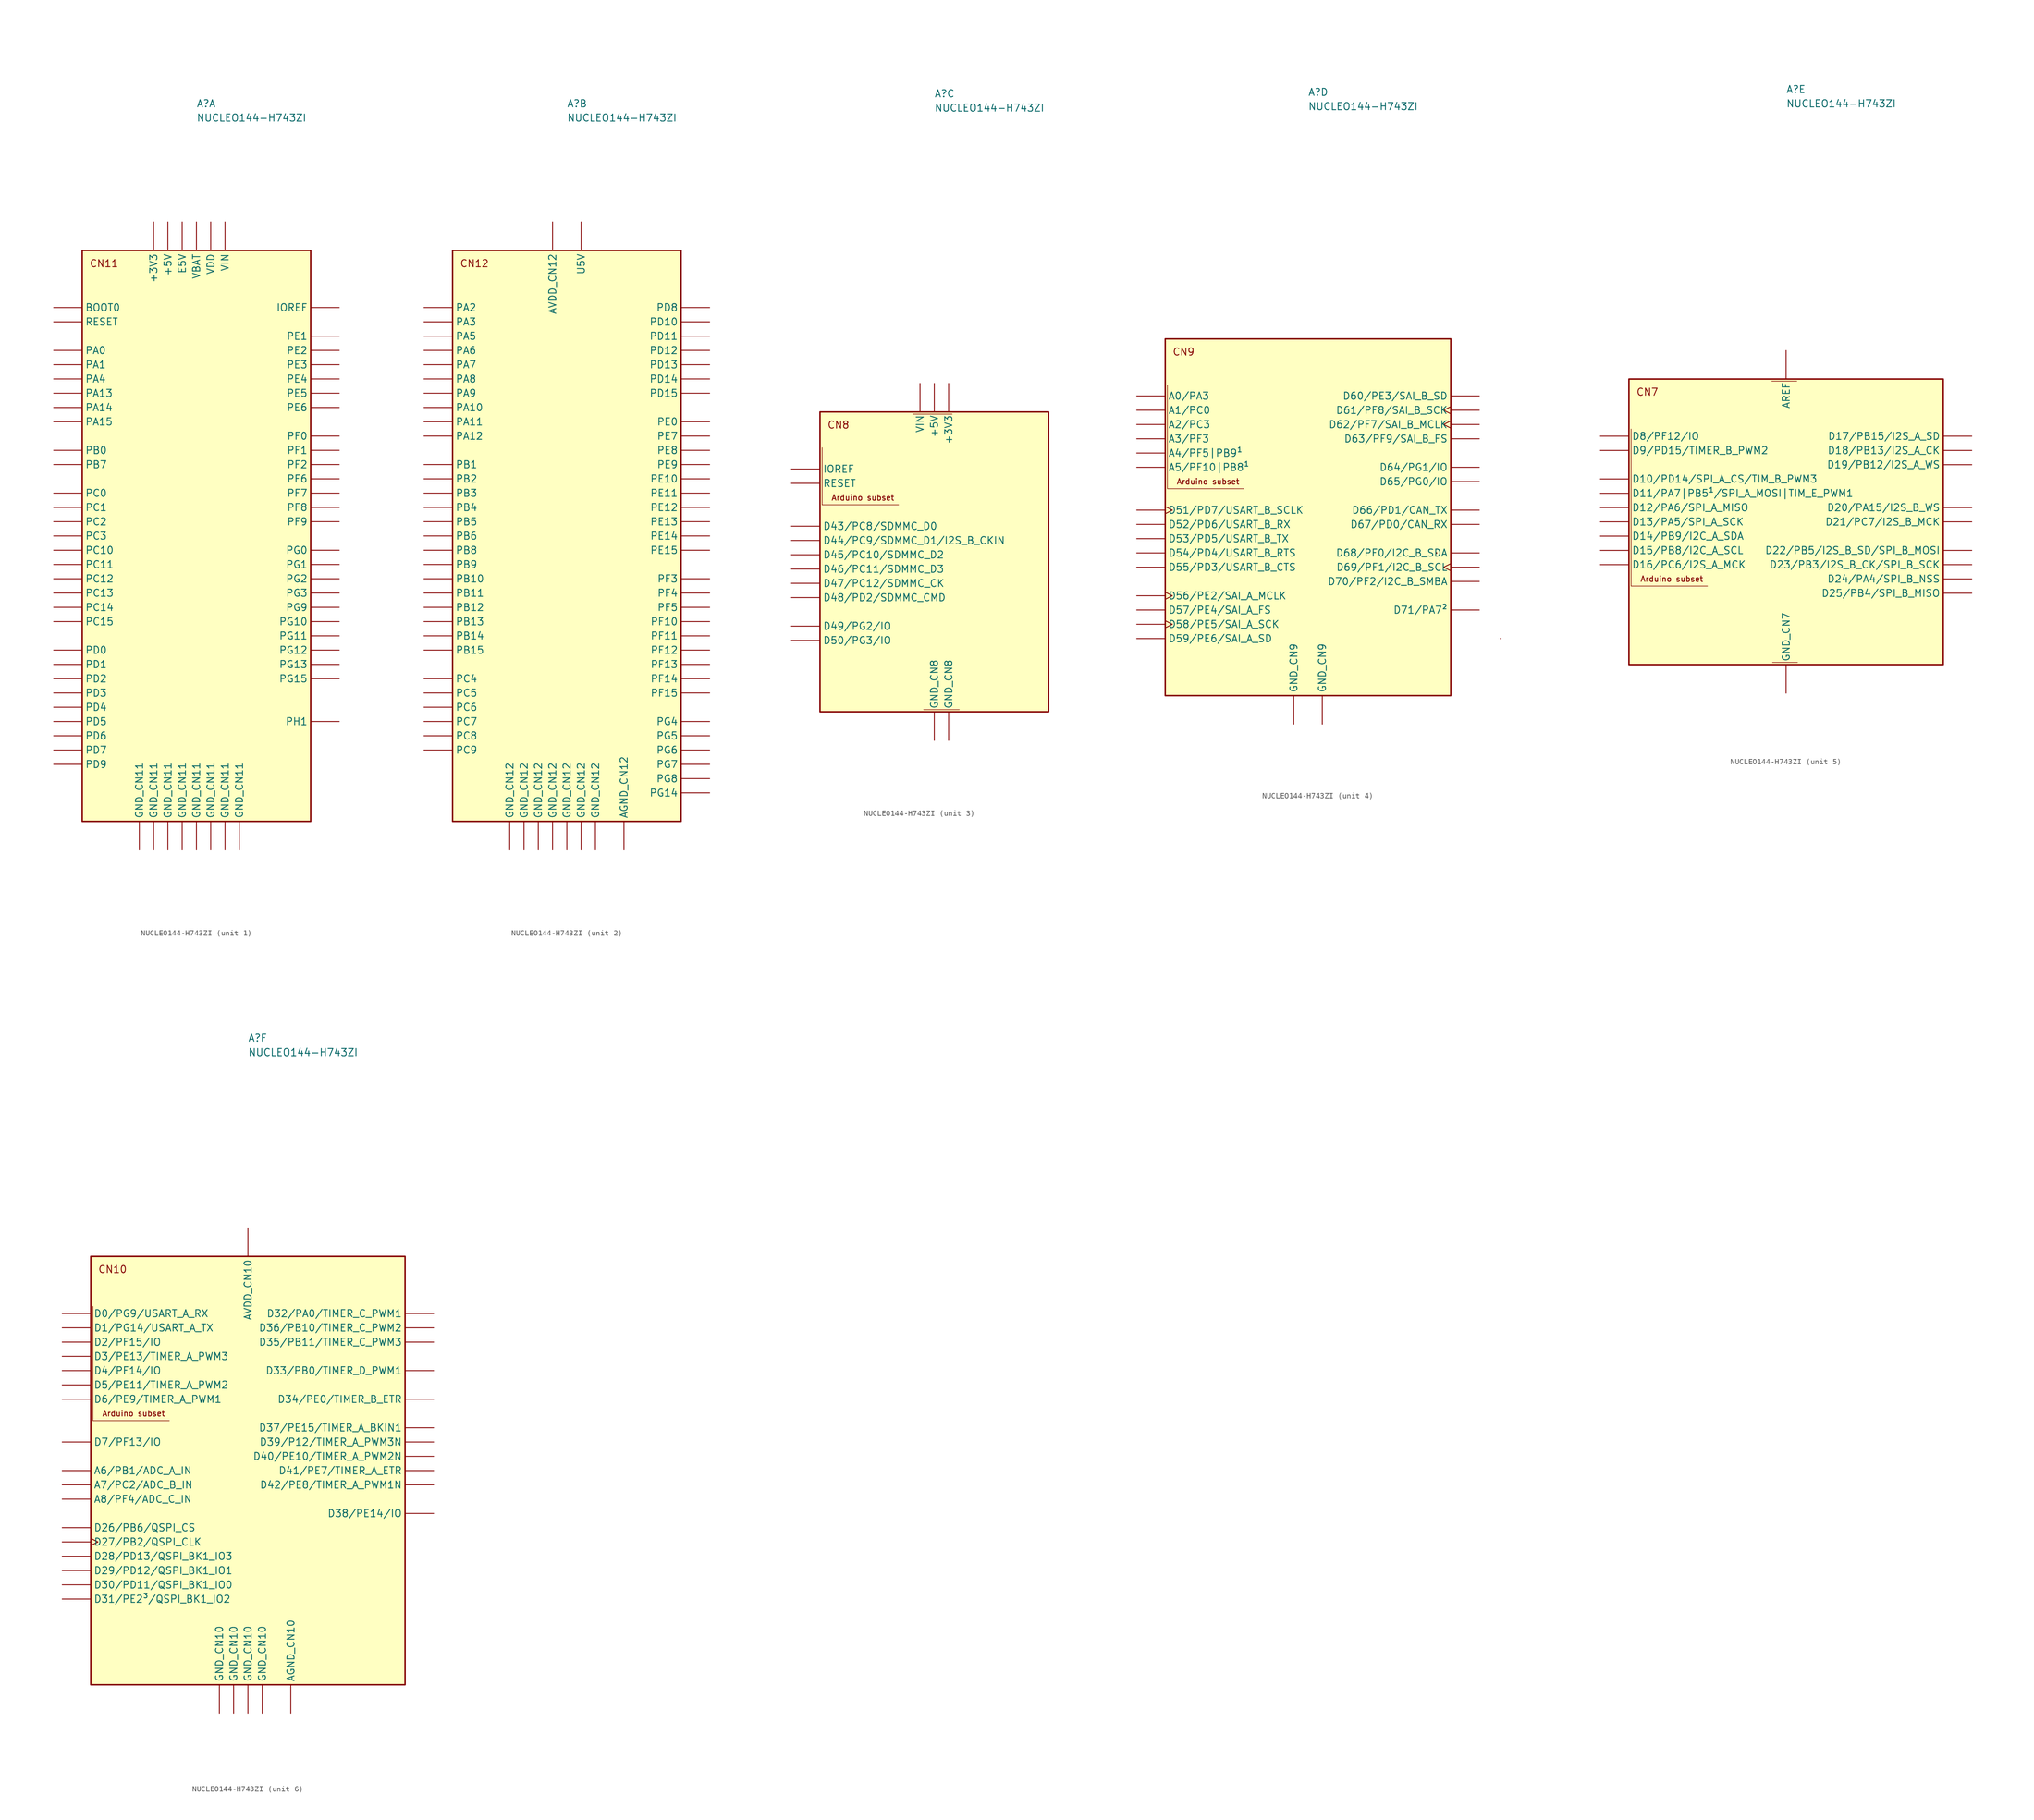
<source format=kicad_sym>
(kicad_symbol_lib
  (version 20231120)
  (generator "kicad_symbol_editor")
  (generator_version "8.0")
  (symbol "NUCLEO144-H743ZI"
    (pin_numbers hide)
    (property "Reference" "A"
      (at 0 76.2 0)
      (effects (font (size 1.27 1.27)) (justify left bottom)))
    (property "Value" "NUCLEO144-H743ZI"
      (at 0 73.66 0)
      (effects (font (size 1.27 1.27)) (justify left bottom)))
    (property "ki_locked" ""
      (at 0 0 0)
      (effects (font (size 1.27 1.27))))
    (symbol "NUCLEO144-H743ZI_1_0"
      (rectangle (start -20.32 50.8) (end 20.32 -50.8) (stroke (width 0.254) (type solid)) (fill (type background)))
      (text "CN11" (at -19.05 47.752 0) (effects (font (size 1.27 1.27)) (justify left bottom)))
      (pin bidirectional line (at -25.4 -2.54 0) (length 5.08) (name "PC10" (effects (font (size 1.27 1.27)))) (number "CN11_1" (effects (font (size 1.27 1.27)))))
      (pin bidirectional line (at 25.4 7.62 180) (length 5.08) (name "PF7" (effects (font (size 1.27 1.27)))) (number "CN11_11" (effects (font (size 1.27 1.27)))))
      (pin bidirectional line (at 25.4 40.64 180) (length 5.08) (name "IOREF" (effects (font (size 1.27 1.27)))) (number "CN11_12" (effects (font (size 1.27 1.27)))))
      (pin bidirectional line (at -25.4 25.4 0) (length 5.08) (name "PA13" (effects (font (size 1.27 1.27)))) (number "CN11_13" (effects (font (size 1.27 1.27)))))
      (pin bidirectional line (at -25.4 38.1 0) (length 5.08) (name "RESET" (effects (font (size 1.27 1.27)))) (number "CN11_14" (effects (font (size 1.27 1.27)))))
      (pin bidirectional line (at -25.4 22.86 0) (length 5.08) (name "PA14" (effects (font (size 1.27 1.27)))) (number "CN11_15" (effects (font (size 1.27 1.27)))))
      (pin power_in line (at -7.62 55.88 270) (length 5.08) (name "+3V3" (effects (font (size 1.27 1.27)))) (number "CN11_16" (effects (font (size 1.27 1.27)))))
      (pin bidirectional line (at -25.4 20.32 0) (length 5.08) (name "PA15" (effects (font (size 1.27 1.27)))) (number "CN11_17" (effects (font (size 1.27 1.27)))))
      (pin power_in line (at -5.08 55.88 270) (length 5.08) (name "+5V" (effects (font (size 1.27 1.27)))) (number "CN11_18" (effects (font (size 1.27 1.27)))))
      (pin power_in line (at -7.62 -55.88 90) (length 5.08) (name "GND_CN11" (effects (font (size 1.27 1.27)))) (number "CN11_19" (effects (font (size 1.27 1.27)))))
      (pin bidirectional line (at -25.4 -5.08 0) (length 5.08) (name "PC11" (effects (font (size 1.27 1.27)))) (number "CN11_2" (effects (font (size 1.27 1.27)))))
      (pin power_in line (at -5.08 -55.88 90) (length 5.08) (name "GND_CN11" (effects (font (size 1.27 1.27)))) (number "CN11_20" (effects (font (size 1.27 1.27)))))
      (pin bidirectional line (at -25.4 12.7 0) (length 5.08) (name "PB7" (effects (font (size 1.27 1.27)))) (number "CN11_21" (effects (font (size 1.27 1.27)))))
      (pin power_in line (at -2.54 -55.88 90) (length 5.08) (name "GND_CN11" (effects (font (size 1.27 1.27)))) (number "CN11_22" (effects (font (size 1.27 1.27)))))
      (pin bidirectional line (at -25.4 -10.16 0) (length 5.08) (name "PC13" (effects (font (size 1.27 1.27)))) (number "CN11_23" (effects (font (size 1.27 1.27)))))
      (pin power_in line (at 5.08 55.88 270) (length 5.08) (name "VIN" (effects (font (size 1.27 1.27)))) (number "CN11_24" (effects (font (size 1.27 1.27)))))
      (pin bidirectional line (at -25.4 -12.7 0) (length 5.08) (name "PC14" (effects (font (size 1.27 1.27)))) (number "CN11_25" (effects (font (size 1.27 1.27)))))
      (pin bidirectional line (at -25.4 -15.24 0) (length 5.08) (name "PC15" (effects (font (size 1.27 1.27)))) (number "CN11_27" (effects (font (size 1.27 1.27)))))
      (pin bidirectional line (at -25.4 33.02 0) (length 5.08) (name "PA0" (effects (font (size 1.27 1.27)))) (number "CN11_28" (effects (font (size 1.27 1.27)))))
      (pin no_connect line (at 25.4 -30.48 180) (length 5.08) hide (name "NC" (effects (font (size 1.27 1.27)))) (number "CN11_29" (effects (font (size 1.27 1.27)))))
      (pin bidirectional line (at -25.4 -7.62 0) (length 5.08) (name "PC12" (effects (font (size 1.27 1.27)))) (number "CN11_3" (effects (font (size 1.27 1.27)))))
      (pin bidirectional line (at -25.4 30.48 0) (length 5.08) (name "PA1" (effects (font (size 1.27 1.27)))) (number "CN11_30" (effects (font (size 1.27 1.27)))))
      (pin bidirectional line (at 25.4 -33.02 180) (length 5.08) (name "PH1" (effects (font (size 1.27 1.27)))) (number "CN11_31" (effects (font (size 1.27 1.27)))))
      (pin bidirectional line (at -25.4 27.94 0) (length 5.08) (name "PA4" (effects (font (size 1.27 1.27)))) (number "CN11_32" (effects (font (size 1.27 1.27)))))
      (pin power_in line (at 0 55.88 270) (length 5.08) (name "VBAT" (effects (font (size 1.27 1.27)))) (number "CN11_33" (effects (font (size 1.27 1.27)))))
      (pin bidirectional line (at -25.4 15.24 0) (length 5.08) (name "PB0" (effects (font (size 1.27 1.27)))) (number "CN11_34" (effects (font (size 1.27 1.27)))))
      (pin bidirectional line (at -25.4 2.54 0) (length 5.08) (name "PC2" (effects (font (size 1.27 1.27)))) (number "CN11_35" (effects (font (size 1.27 1.27)))))
      (pin bidirectional line (at -25.4 5.08 0) (length 5.08) (name "PC1" (effects (font (size 1.27 1.27)))) (number "CN11_36" (effects (font (size 1.27 1.27)))))
      (pin bidirectional line (at -25.4 0 0) (length 5.08) (name "PC3" (effects (font (size 1.27 1.27)))) (number "CN11_37" (effects (font (size 1.27 1.27)))))
      (pin bidirectional line (at -25.4 7.62 0) (length 5.08) (name "PC0" (effects (font (size 1.27 1.27)))) (number "CN11_38" (effects (font (size 1.27 1.27)))))
      (pin bidirectional line (at -25.4 -30.48 0) (length 5.08) (name "PD4" (effects (font (size 1.27 1.27)))) (number "CN11_39" (effects (font (size 1.27 1.27)))))
      (pin bidirectional line (at -25.4 -25.4 0) (length 5.08) (name "PD2" (effects (font (size 1.27 1.27)))) (number "CN11_4" (effects (font (size 1.27 1.27)))))
      (pin bidirectional line (at -25.4 -27.94 0) (length 5.08) (name "PD3" (effects (font (size 1.27 1.27)))) (number "CN11_40" (effects (font (size 1.27 1.27)))))
      (pin bidirectional line (at -25.4 -33.02 0) (length 5.08) (name "PD5" (effects (font (size 1.27 1.27)))) (number "CN11_41" (effects (font (size 1.27 1.27)))))
      (pin bidirectional line (at 25.4 -7.62 180) (length 5.08) (name "PG2" (effects (font (size 1.27 1.27)))) (number "CN11_42" (effects (font (size 1.27 1.27)))))
      (pin bidirectional line (at -25.4 -35.56 0) (length 5.08) (name "PD6" (effects (font (size 1.27 1.27)))) (number "CN11_43" (effects (font (size 1.27 1.27)))))
      (pin bidirectional line (at 25.4 -10.16 180) (length 5.08) (name "PG3" (effects (font (size 1.27 1.27)))) (number "CN11_44" (effects (font (size 1.27 1.27)))))
      (pin bidirectional line (at -25.4 -38.1 0) (length 5.08) (name "PD7" (effects (font (size 1.27 1.27)))) (number "CN11_45" (effects (font (size 1.27 1.27)))))
      (pin bidirectional line (at 25.4 33.02 180) (length 5.08) (name "PE2" (effects (font (size 1.27 1.27)))) (number "CN11_46" (effects (font (size 1.27 1.27)))))
      (pin bidirectional line (at 25.4 30.48 180) (length 5.08) (name "PE3" (effects (font (size 1.27 1.27)))) (number "CN11_47" (effects (font (size 1.27 1.27)))))
      (pin bidirectional line (at 25.4 27.94 180) (length 5.08) (name "PE4" (effects (font (size 1.27 1.27)))) (number "CN11_48" (effects (font (size 1.27 1.27)))))
      (pin power_in line (at 0 -55.88 90) (length 5.08) (name "GND_CN11" (effects (font (size 1.27 1.27)))) (number "CN11_49" (effects (font (size 1.27 1.27)))))
      (pin power_in line (at 2.54 55.88 270) (length 5.08) (name "VDD" (effects (font (size 1.27 1.27)))) (number "CN11_5" (effects (font (size 1.27 1.27)))))
      (pin bidirectional line (at 25.4 25.4 180) (length 5.08) (name "PE5" (effects (font (size 1.27 1.27)))) (number "CN11_50" (effects (font (size 1.27 1.27)))))
      (pin bidirectional line (at 25.4 15.24 180) (length 5.08) (name "PF1" (effects (font (size 1.27 1.27)))) (number "CN11_51" (effects (font (size 1.27 1.27)))))
      (pin bidirectional line (at 25.4 12.7 180) (length 5.08) (name "PF2" (effects (font (size 1.27 1.27)))) (number "CN11_52" (effects (font (size 1.27 1.27)))))
      (pin bidirectional line (at 25.4 17.78 180) (length 5.08) (name "PF0" (effects (font (size 1.27 1.27)))) (number "CN11_53" (effects (font (size 1.27 1.27)))))
      (pin bidirectional line (at 25.4 5.08 180) (length 5.08) (name "PF8" (effects (font (size 1.27 1.27)))) (number "CN11_54" (effects (font (size 1.27 1.27)))))
      (pin bidirectional line (at -25.4 -22.86 0) (length 5.08) (name "PD1" (effects (font (size 1.27 1.27)))) (number "CN11_55" (effects (font (size 1.27 1.27)))))
      (pin bidirectional line (at 25.4 2.54 180) (length 5.08) (name "PF9" (effects (font (size 1.27 1.27)))) (number "CN11_56" (effects (font (size 1.27 1.27)))))
      (pin bidirectional line (at -25.4 -20.32 0) (length 5.08) (name "PD0" (effects (font (size 1.27 1.27)))) (number "CN11_57" (effects (font (size 1.27 1.27)))))
      (pin bidirectional line (at 25.4 -5.08 180) (length 5.08) (name "PG1" (effects (font (size 1.27 1.27)))) (number "CN11_58" (effects (font (size 1.27 1.27)))))
      (pin bidirectional line (at 25.4 -2.54 180) (length 5.08) (name "PG0" (effects (font (size 1.27 1.27)))) (number "CN11_59" (effects (font (size 1.27 1.27)))))
      (pin power_in line (at -2.54 55.88 270) (length 5.08) (name "E5V" (effects (font (size 1.27 1.27)))) (number "CN11_6" (effects (font (size 1.27 1.27)))))
      (pin power_in line (at 2.54 -55.88 90) (length 5.08) (name "GND_CN11" (effects (font (size 1.27 1.27)))) (number "CN11_60" (effects (font (size 1.27 1.27)))))
      (pin bidirectional line (at 25.4 35.56 180) (length 5.08) (name "PE1" (effects (font (size 1.27 1.27)))) (number "CN11_61" (effects (font (size 1.27 1.27)))))
      (pin bidirectional line (at 25.4 22.86 180) (length 5.08) (name "PE6" (effects (font (size 1.27 1.27)))) (number "CN11_62" (effects (font (size 1.27 1.27)))))
      (pin bidirectional line (at 25.4 -12.7 180) (length 5.08) (name "PG9" (effects (font (size 1.27 1.27)))) (number "CN11_63" (effects (font (size 1.27 1.27)))))
      (pin bidirectional line (at 25.4 -25.4 180) (length 5.08) (name "PG15" (effects (font (size 1.27 1.27)))) (number "CN11_64" (effects (font (size 1.27 1.27)))))
      (pin bidirectional line (at 25.4 -20.32 180) (length 5.08) (name "PG12" (effects (font (size 1.27 1.27)))) (number "CN11_65" (effects (font (size 1.27 1.27)))))
      (pin bidirectional line (at 25.4 -15.24 180) (length 5.08) (name "PG10" (effects (font (size 1.27 1.27)))) (number "CN11_66" (effects (font (size 1.27 1.27)))))
      (pin bidirectional line (at 25.4 -22.86 180) (length 5.08) (name "PG13" (effects (font (size 1.27 1.27)))) (number "CN11_68" (effects (font (size 1.27 1.27)))))
      (pin bidirectional line (at -25.4 -40.64 0) (length 5.08) (name "PD9" (effects (font (size 1.27 1.27)))) (number "CN11_69" (effects (font (size 1.27 1.27)))))
      (pin bidirectional line (at -25.4 40.64 0) (length 5.08) (name "BOOT0" (effects (font (size 1.27 1.27)))) (number "CN11_7" (effects (font (size 1.27 1.27)))))
      (pin bidirectional line (at 25.4 -17.78 180) (length 5.08) (name "PG11" (effects (font (size 1.27 1.27)))) (number "CN11_70" (effects (font (size 1.27 1.27)))))
      (pin power_in line (at 5.08 -55.88 90) (length 5.08) (name "GND_CN11" (effects (font (size 1.27 1.27)))) (number "CN11_71" (effects (font (size 1.27 1.27)))))
      (pin power_in line (at 7.62 -55.88 90) (length 5.08) (name "GND_CN11" (effects (font (size 1.27 1.27)))) (number "CN11_72" (effects (font (size 1.27 1.27)))))
      (pin power_in line (at -10.16 -55.88 90) (length 5.08) (name "GND_CN11" (effects (font (size 1.27 1.27)))) (number "CN11_8" (effects (font (size 1.27 1.27)))))
      (pin bidirectional line (at 25.4 10.16 180) (length 5.08) (name "PF6" (effects (font (size 1.27 1.27)))) (number "CN11_9" (effects (font (size 1.27 1.27))))))
    (symbol "NUCLEO144-H743ZI_2_0"
      (rectangle (start -20.32 50.8) (end 20.32 -50.8) (stroke (width 0.254) (type solid)) (fill (type background)))
      (text "CN12" (at -19.05 47.752 0) (effects (font (size 1.27 1.27)) (justify left bottom)))
      (pin bidirectional line (at -25.4 -38.1 0) (length 5.08) (name "PC9" (effects (font (size 1.27 1.27)))) (number "CN12_1" (effects (font (size 1.27 1.27)))))
      (pin bidirectional line (at 25.4 40.64 180) (length 5.08) (name "PD8" (effects (font (size 1.27 1.27)))) (number "CN12_10" (effects (font (size 1.27 1.27)))))
      (pin bidirectional line (at -25.4 35.56 0) (length 5.08) (name "PA5" (effects (font (size 1.27 1.27)))) (number "CN12_11" (effects (font (size 1.27 1.27)))))
      (pin bidirectional line (at -25.4 17.78 0) (length 5.08) (name "PA12" (effects (font (size 1.27 1.27)))) (number "CN12_12" (effects (font (size 1.27 1.27)))))
      (pin bidirectional line (at -25.4 33.02 0) (length 5.08) (name "PA6" (effects (font (size 1.27 1.27)))) (number "CN12_13" (effects (font (size 1.27 1.27)))))
      (pin bidirectional line (at -25.4 20.32 0) (length 5.08) (name "PA11" (effects (font (size 1.27 1.27)))) (number "CN12_14" (effects (font (size 1.27 1.27)))))
      (pin bidirectional line (at -25.4 30.48 0) (length 5.08) (name "PA7" (effects (font (size 1.27 1.27)))) (number "CN12_15" (effects (font (size 1.27 1.27)))))
      (pin bidirectional line (at -25.4 -12.7 0) (length 5.08) (name "PB12" (effects (font (size 1.27 1.27)))) (number "CN12_16" (effects (font (size 1.27 1.27)))))
      (pin bidirectional line (at -25.4 0 0) (length 5.08) (name "PB6" (effects (font (size 1.27 1.27)))) (number "CN12_17" (effects (font (size 1.27 1.27)))))
      (pin bidirectional line (at -25.4 -10.16 0) (length 5.08) (name "PB11" (effects (font (size 1.27 1.27)))) (number "CN12_18" (effects (font (size 1.27 1.27)))))
      (pin bidirectional line (at -25.4 -33.02 0) (length 5.08) (name "PC7" (effects (font (size 1.27 1.27)))) (number "CN12_19" (effects (font (size 1.27 1.27)))))
      (pin bidirectional line (at -25.4 -35.56 0) (length 5.08) (name "PC8" (effects (font (size 1.27 1.27)))) (number "CN12_2" (effects (font (size 1.27 1.27)))))
      (pin power_in line (at -7.62 -55.88 90) (length 5.08) (name "GND_CN12" (effects (font (size 1.27 1.27)))) (number "CN12_20" (effects (font (size 1.27 1.27)))))
      (pin bidirectional line (at -25.4 25.4 0) (length 5.08) (name "PA9" (effects (font (size 1.27 1.27)))) (number "CN12_21" (effects (font (size 1.27 1.27)))))
      (pin bidirectional line (at -25.4 10.16 0) (length 5.08) (name "PB2" (effects (font (size 1.27 1.27)))) (number "CN12_22" (effects (font (size 1.27 1.27)))))
      (pin bidirectional line (at -25.4 27.94 0) (length 5.08) (name "PA8" (effects (font (size 1.27 1.27)))) (number "CN12_23" (effects (font (size 1.27 1.27)))))
      (pin bidirectional line (at -25.4 12.7 0) (length 5.08) (name "PB1" (effects (font (size 1.27 1.27)))) (number "CN12_24" (effects (font (size 1.27 1.27)))))
      (pin bidirectional line (at -25.4 -7.62 0) (length 5.08) (name "PB10" (effects (font (size 1.27 1.27)))) (number "CN12_25" (effects (font (size 1.27 1.27)))))
      (pin bidirectional line (at -25.4 -20.32 0) (length 5.08) (name "PB15" (effects (font (size 1.27 1.27)))) (number "CN12_26" (effects (font (size 1.27 1.27)))))
      (pin bidirectional line (at -25.4 5.08 0) (length 5.08) (name "PB4" (effects (font (size 1.27 1.27)))) (number "CN12_27" (effects (font (size 1.27 1.27)))))
      (pin bidirectional line (at -25.4 -17.78 0) (length 5.08) (name "PB14" (effects (font (size 1.27 1.27)))) (number "CN12_28" (effects (font (size 1.27 1.27)))))
      (pin bidirectional line (at -25.4 2.54 0) (length 5.08) (name "PB5" (effects (font (size 1.27 1.27)))) (number "CN12_29" (effects (font (size 1.27 1.27)))))
      (pin bidirectional line (at -25.4 -2.54 0) (length 5.08) (name "PB8" (effects (font (size 1.27 1.27)))) (number "CN12_3" (effects (font (size 1.27 1.27)))))
      (pin bidirectional line (at -25.4 -15.24 0) (length 5.08) (name "PB13" (effects (font (size 1.27 1.27)))) (number "CN12_30" (effects (font (size 1.27 1.27)))))
      (pin bidirectional line (at -25.4 7.62 0) (length 5.08) (name "PB3" (effects (font (size 1.27 1.27)))) (number "CN12_31" (effects (font (size 1.27 1.27)))))
      (pin power_in line (at 10.16 -55.88 90) (length 5.08) (name "AGND_CN12" (effects (font (size 1.27 1.27)))) (number "CN12_32" (effects (font (size 1.27 1.27)))))
      (pin bidirectional line (at -25.4 22.86 0) (length 5.08) (name "PA10" (effects (font (size 1.27 1.27)))) (number "CN12_33" (effects (font (size 1.27 1.27)))))
      (pin bidirectional line (at -25.4 -25.4 0) (length 5.08) (name "PC4" (effects (font (size 1.27 1.27)))) (number "CN12_34" (effects (font (size 1.27 1.27)))))
      (pin bidirectional line (at -25.4 40.64 0) (length 5.08) (name "PA2" (effects (font (size 1.27 1.27)))) (number "CN12_35" (effects (font (size 1.27 1.27)))))
      (pin bidirectional line (at 25.4 -12.7 180) (length 5.08) (name "PF5" (effects (font (size 1.27 1.27)))) (number "CN12_36" (effects (font (size 1.27 1.27)))))
      (pin bidirectional line (at -25.4 38.1 0) (length 5.08) (name "PA3" (effects (font (size 1.27 1.27)))) (number "CN12_37" (effects (font (size 1.27 1.27)))))
      (pin bidirectional line (at 25.4 -10.16 180) (length 5.08) (name "PF4" (effects (font (size 1.27 1.27)))) (number "CN12_38" (effects (font (size 1.27 1.27)))))
      (pin power_in line (at -5.08 -55.88 90) (length 5.08) (name "GND_CN12" (effects (font (size 1.27 1.27)))) (number "CN12_39" (effects (font (size 1.27 1.27)))))
      (pin bidirectional line (at -25.4 -30.48 0) (length 5.08) (name "PC6" (effects (font (size 1.27 1.27)))) (number "CN12_4" (effects (font (size 1.27 1.27)))))
      (pin bidirectional line (at 25.4 15.24 180) (length 5.08) (name "PE8" (effects (font (size 1.27 1.27)))) (number "CN12_40" (effects (font (size 1.27 1.27)))))
      (pin bidirectional line (at 25.4 30.48 180) (length 5.08) (name "PD13" (effects (font (size 1.27 1.27)))) (number "CN12_41" (effects (font (size 1.27 1.27)))))
      (pin bidirectional line (at 25.4 -15.24 180) (length 5.08) (name "PF10" (effects (font (size 1.27 1.27)))) (number "CN12_42" (effects (font (size 1.27 1.27)))))
      (pin bidirectional line (at 25.4 33.02 180) (length 5.08) (name "PD12" (effects (font (size 1.27 1.27)))) (number "CN12_43" (effects (font (size 1.27 1.27)))))
      (pin bidirectional line (at 25.4 17.78 180) (length 5.08) (name "PE7" (effects (font (size 1.27 1.27)))) (number "CN12_44" (effects (font (size 1.27 1.27)))))
      (pin bidirectional line (at 25.4 35.56 180) (length 5.08) (name "PD11" (effects (font (size 1.27 1.27)))) (number "CN12_45" (effects (font (size 1.27 1.27)))))
      (pin bidirectional line (at 25.4 27.94 180) (length 5.08) (name "PD14" (effects (font (size 1.27 1.27)))) (number "CN12_46" (effects (font (size 1.27 1.27)))))
      (pin bidirectional line (at 25.4 10.16 180) (length 5.08) (name "PE10" (effects (font (size 1.27 1.27)))) (number "CN12_47" (effects (font (size 1.27 1.27)))))
      (pin bidirectional line (at 25.4 25.4 180) (length 5.08) (name "PD15" (effects (font (size 1.27 1.27)))) (number "CN12_48" (effects (font (size 1.27 1.27)))))
      (pin bidirectional line (at 25.4 5.08 180) (length 5.08) (name "PE12" (effects (font (size 1.27 1.27)))) (number "CN12_49" (effects (font (size 1.27 1.27)))))
      (pin bidirectional line (at -25.4 -5.08 0) (length 5.08) (name "PB9" (effects (font (size 1.27 1.27)))) (number "CN12_5" (effects (font (size 1.27 1.27)))))
      (pin bidirectional line (at 25.4 -25.4 180) (length 5.08) (name "PF14" (effects (font (size 1.27 1.27)))) (number "CN12_50" (effects (font (size 1.27 1.27)))))
      (pin bidirectional line (at 25.4 0 180) (length 5.08) (name "PE14" (effects (font (size 1.27 1.27)))) (number "CN12_51" (effects (font (size 1.27 1.27)))))
      (pin bidirectional line (at 25.4 12.7 180) (length 5.08) (name "PE9" (effects (font (size 1.27 1.27)))) (number "CN12_52" (effects (font (size 1.27 1.27)))))
      (pin bidirectional line (at 25.4 -2.54 180) (length 5.08) (name "PE15" (effects (font (size 1.27 1.27)))) (number "CN12_53" (effects (font (size 1.27 1.27)))))
      (pin power_in line (at -2.54 -55.88 90) (length 5.08) (name "GND_CN12" (effects (font (size 1.27 1.27)))) (number "CN12_54" (effects (font (size 1.27 1.27)))))
      (pin bidirectional line (at 25.4 2.54 180) (length 5.08) (name "PE13" (effects (font (size 1.27 1.27)))) (number "CN12_55" (effects (font (size 1.27 1.27)))))
      (pin bidirectional line (at 25.4 7.62 180) (length 5.08) (name "PE11" (effects (font (size 1.27 1.27)))) (number "CN12_56" (effects (font (size 1.27 1.27)))))
      (pin bidirectional line (at 25.4 -22.86 180) (length 5.08) (name "PF13" (effects (font (size 1.27 1.27)))) (number "CN12_57" (effects (font (size 1.27 1.27)))))
      (pin bidirectional line (at 25.4 -7.62 180) (length 5.08) (name "PF3" (effects (font (size 1.27 1.27)))) (number "CN12_58" (effects (font (size 1.27 1.27)))))
      (pin bidirectional line (at 25.4 -20.32 180) (length 5.08) (name "PF12" (effects (font (size 1.27 1.27)))) (number "CN12_59" (effects (font (size 1.27 1.27)))))
      (pin bidirectional line (at -25.4 -27.94 0) (length 5.08) (name "PC5" (effects (font (size 1.27 1.27)))) (number "CN12_6" (effects (font (size 1.27 1.27)))))
      (pin bidirectional line (at 25.4 -27.94 180) (length 5.08) (name "PF15" (effects (font (size 1.27 1.27)))) (number "CN12_60" (effects (font (size 1.27 1.27)))))
      (pin bidirectional line (at 25.4 -45.72 180) (length 5.08) (name "PG14" (effects (font (size 1.27 1.27)))) (number "CN12_61" (effects (font (size 1.27 1.27)))))
      (pin bidirectional line (at 25.4 -17.78 180) (length 5.08) (name "PF11" (effects (font (size 1.27 1.27)))) (number "CN12_62" (effects (font (size 1.27 1.27)))))
      (pin power_in line (at 0 -55.88 90) (length 5.08) (name "GND_CN12" (effects (font (size 1.27 1.27)))) (number "CN12_63" (effects (font (size 1.27 1.27)))))
      (pin bidirectional line (at 25.4 20.32 180) (length 5.08) (name "PE0" (effects (font (size 1.27 1.27)))) (number "CN12_64" (effects (font (size 1.27 1.27)))))
      (pin bidirectional line (at 25.4 38.1 180) (length 5.08) (name "PD10" (effects (font (size 1.27 1.27)))) (number "CN12_65" (effects (font (size 1.27 1.27)))))
      (pin bidirectional line (at 25.4 -43.18 180) (length 5.08) (name "PG8" (effects (font (size 1.27 1.27)))) (number "CN12_66" (effects (font (size 1.27 1.27)))))
      (pin bidirectional line (at 25.4 -40.64 180) (length 5.08) (name "PG7" (effects (font (size 1.27 1.27)))) (number "CN12_67" (effects (font (size 1.27 1.27)))))
      (pin bidirectional line (at 25.4 -35.56 180) (length 5.08) (name "PG5" (effects (font (size 1.27 1.27)))) (number "CN12_68" (effects (font (size 1.27 1.27)))))
      (pin bidirectional line (at 25.4 -33.02 180) (length 5.08) (name "PG4" (effects (font (size 1.27 1.27)))) (number "CN12_69" (effects (font (size 1.27 1.27)))))
      (pin power_in line (at -2.54 55.88 270) (length 5.08) (name "AVDD_CN12" (effects (font (size 1.27 1.27)))) (number "CN12_7" (effects (font (size 1.27 1.27)))))
      (pin bidirectional line (at 25.4 -38.1 180) (length 5.08) (name "PG6" (effects (font (size 1.27 1.27)))) (number "CN12_70" (effects (font (size 1.27 1.27)))))
      (pin power_in line (at 2.54 -55.88 90) (length 5.08) (name "GND_CN12" (effects (font (size 1.27 1.27)))) (number "CN12_71" (effects (font (size 1.27 1.27)))))
      (pin power_in line (at 5.08 -55.88 90) (length 5.08) (name "GND_CN12" (effects (font (size 1.27 1.27)))) (number "CN12_72" (effects (font (size 1.27 1.27)))))
      (pin power_in line (at 2.54 55.88 270) (length 5.08) (name "U5V" (effects (font (size 1.27 1.27)))) (number "CN12_8" (effects (font (size 1.27 1.27)))))
      (pin power_in line (at -10.16 -55.88 90) (length 5.08) (name "GND_CN12" (effects (font (size 1.27 1.27)))) (number "CN12_9" (effects (font (size 1.27 1.27))))))
    (symbol "NUCLEO144-H743ZI_3_0"
      (rectangle (start -20.32 20.32) (end 20.32 -33.02) (stroke (width 0.254) (type solid)) (fill (type background)))
      (polyline (pts (xy -19.939 13.97) (xy -19.939 3.81) (xy -6.35 3.81)) (stroke (width 0.102) (type solid)) (fill (type none)))
      (text "Arduino subset" (at -12.7 5.08 0) (effects (font (size 0.991 0.991))))
      (text "CN8" (at -19.05 17.272 0) (effects (font (size 1.27 1.27)) (justify left bottom)))
      (pin no_connect line (at -25.4 12.7 0) (length 5.08) hide (name "NC" (effects (font (size 1.27 1.27)))) (number "CN8_1" (effects (font (size 1.27 1.27)))))
      (pin bidirectional line (at -25.4 -10.16 0) (length 5.08) (name "D47/PC12/SDMMC_CK" (effects (font (size 1.27 1.27)))) (number "CN8_10" (effects (font (size 1.27 1.27)))))
      (pin power_in line (at 2.54 -38.1 90) (length 5.08) (name "GND_CN8" (effects (font (size 1.27 1.27)))) (number "CN8_11" (effects (font (size 1.27 1.27)))))
      (pin bidirectional line (at -25.4 -12.7 0) (length 5.08) (name "D48/PD2/SDMMC_CMD" (effects (font (size 1.27 1.27)))) (number "CN8_12" (effects (font (size 1.27 1.27)))))
      (pin power_in line (at 0 -38.1 90) (length 5.08) (name "GND_CN8" (effects (font (size 1.27 1.27)))) (number "CN8_13" (effects (font (size 1.27 1.27)))))
      (pin bidirectional line (at -25.4 -17.78 0) (length 5.08) (name "D49/PG2/IO" (effects (font (size 1.27 1.27)))) (number "CN8_14" (effects (font (size 1.27 1.27)))))
      (pin power_in line (at -2.54 25.4 270) (length 5.08) (name "VIN" (effects (font (size 1.27 1.27)))) (number "CN8_15" (effects (font (size 1.27 1.27)))))
      (pin bidirectional line (at -25.4 -20.32 0) (length 5.08) (name "D50/PG3/IO" (effects (font (size 1.27 1.27)))) (number "CN8_16" (effects (font (size 1.27 1.27)))))
      (pin bidirectional line (at -25.4 0 0) (length 5.08) (name "D43/PC8/SDMMC_D0" (effects (font (size 1.27 1.27)))) (number "CN8_2" (effects (font (size 1.27 1.27)))))
      (pin bidirectional line (at -25.4 10.16 0) (length 5.08) (name "IOREF" (effects (font (size 1.27 1.27)))) (number "CN8_3" (effects (font (size 1.27 1.27)))))
      (pin bidirectional line (at -25.4 -2.54 0) (length 5.08) (name "D44/PC9/SDMMC_D1/I2S_B_CKIN" (effects (font (size 1.27 1.27)))) (number "CN8_4" (effects (font (size 1.27 1.27)))))
      (pin bidirectional line (at -25.4 7.62 0) (length 5.08) (name "RESET" (effects (font (size 1.27 1.27)))) (number "CN8_5" (effects (font (size 1.27 1.27)))))
      (pin bidirectional line (at -25.4 -5.08 0) (length 5.08) (name "D45/PC10/SDMMC_D2" (effects (font (size 1.27 1.27)))) (number "CN8_6" (effects (font (size 1.27 1.27)))))
      (pin power_in line (at 2.54 25.4 270) (length 5.08) (name "+3V3" (effects (font (size 1.27 1.27)))) (number "CN8_7" (effects (font (size 1.27 1.27)))))
      (pin bidirectional line (at -25.4 -7.62 0) (length 5.08) (name "D46/PC11/SDMMC_D3" (effects (font (size 1.27 1.27)))) (number "CN8_8" (effects (font (size 1.27 1.27)))))
      (pin power_in line (at 0 25.4 270) (length 5.08) (name "+5V" (effects (font (size 1.27 1.27)))) (number "CN8_9" (effects (font (size 1.27 1.27))))))
    (symbol "NUCLEO144-H743ZI_3_1"
      (polyline (pts (xy -3.81 19.939) (xy 3.175 19.939)) (stroke (width 0.102) (type solid)) (fill (type none)))
      (polyline (pts (xy -1.905 -32.639) (xy 4.445 -32.639)) (stroke (width 0.102) (type solid)) (fill (type none))))
    (symbol "NUCLEO144-H743ZI_4_0"
      (rectangle (start -25.4 33.02) (end 25.4 -30.48) (stroke (width 0.254) (type solid)) (fill (type background)))
      (polyline (pts (xy -25.019 24.765) (xy -25.019 6.35) (xy -11.43 6.35)) (stroke (width 0.102) (type solid)) (fill (type none)))
      (rectangle (start 22.86 -5.08) (end 22.86 -5.08) (stroke (width 0.254) (type solid)) (fill (type none)))
      (rectangle (start 34.29 -20.32) (end 34.29 -20.32) (stroke (width 0.254) (type solid)) (fill (type none)))
      (text "Arduino subset" (at -17.78 7.62 0) (effects (font (size 0.991 0.991))))
      (text "CN9" (at -24.13 29.972 0) (effects (font (size 1.27 1.27)) (justify left bottom)))
      (pin bidirectional line (at -30.48 22.86 0) (length 5.08) (name "A0/PA3" (effects (font (size 1.27 1.27)))) (number "CN9_1" (effects (font (size 1.27 1.27)))))
      (pin bidirectional line (at -30.48 -7.62 0) (length 5.08) (name "D55/PD3/USART_B_CTS" (effects (font (size 1.27 1.27)))) (number "CN9_10" (effects (font (size 1.27 1.27)))))
      (pin bidirectional line (at -30.48 10.16 0) (length 5.08) (name "A5/PF10|PB8¹" (effects (font (size 1.27 1.27)))) (number "CN9_11" (effects (font (size 1.27 1.27)))))
      (pin power_in line (at -2.54 -35.56 90) (length 5.08) (name "GND_CN9" (effects (font (size 1.27 1.27)))) (number "CN9_12" (effects (font (size 1.27 1.27)))))
      (pin no_connect line (at 30.48 -20.32 180) (length 5.08) hide (name "D72/NC" (effects (font (size 1.27 1.27)))) (number "CN9_13" (effects (font (size 1.27 1.27)))))
      (pin bidirectional clock (at -30.48 -12.7 0) (length 5.08) (name "D56/PE2/SAI_A_MCLK" (effects (font (size 1.27 1.27)))) (number "CN9_14" (effects (font (size 1.27 1.27)))))
      (pin bidirectional line (at 30.48 -15.24 180) (length 5.08) (name "D71/PA7²" (effects (font (size 1.27 1.27)))) (number "CN9_15" (effects (font (size 1.27 1.27)))))
      (pin bidirectional line (at -30.48 -15.24 0) (length 5.08) (name "D57/PE4/SAI_A_FS" (effects (font (size 1.27 1.27)))) (number "CN9_16" (effects (font (size 1.27 1.27)))))
      (pin bidirectional line (at 30.48 -10.16 180) (length 5.08) (name "D70/PF2/I2C_B_SMBA" (effects (font (size 1.27 1.27)))) (number "CN9_17" (effects (font (size 1.27 1.27)))))
      (pin bidirectional clock (at -30.48 -17.78 0) (length 5.08) (name "D58/PE5/SAI_A_SCK" (effects (font (size 1.27 1.27)))) (number "CN9_18" (effects (font (size 1.27 1.27)))))
      (pin bidirectional clock (at 30.48 -7.62 180) (length 5.08) (name "D69/PF1/I2C_B_SCL" (effects (font (size 1.27 1.27)))) (number "CN9_19" (effects (font (size 1.27 1.27)))))
      (pin bidirectional clock (at -30.48 2.54 0) (length 5.08) (name "D51/PD7/USART_B_SCLK" (effects (font (size 1.27 1.27)))) (number "CN9_2" (effects (font (size 1.27 1.27)))))
      (pin bidirectional line (at -30.48 -20.32 0) (length 5.08) (name "D59/PE6/SAI_A_SD" (effects (font (size 1.27 1.27)))) (number "CN9_20" (effects (font (size 1.27 1.27)))))
      (pin bidirectional line (at 30.48 -5.08 180) (length 5.08) (name "D68/PF0/I2C_B_SDA" (effects (font (size 1.27 1.27)))) (number "CN9_21" (effects (font (size 1.27 1.27)))))
      (pin bidirectional line (at 30.48 22.86 180) (length 5.08) (name "D60/PE3/SAI_B_SD" (effects (font (size 1.27 1.27)))) (number "CN9_22" (effects (font (size 1.27 1.27)))))
      (pin power_in line (at 2.54 -35.56 90) (length 5.08) (name "GND_CN9" (effects (font (size 1.27 1.27)))) (number "CN9_23" (effects (font (size 1.27 1.27)))))
      (pin bidirectional clock (at 30.48 20.32 180) (length 5.08) (name "D61/PF8/SAI_B_SCK" (effects (font (size 1.27 1.27)))) (number "CN9_24" (effects (font (size 1.27 1.27)))))
      (pin bidirectional line (at 30.48 0 180) (length 5.08) (name "D67/PD0/CAN_RX" (effects (font (size 1.27 1.27)))) (number "CN9_25" (effects (font (size 1.27 1.27)))))
      (pin bidirectional clock (at 30.48 17.78 180) (length 5.08) (name "D62/PF7/SAI_B_MCLK" (effects (font (size 1.27 1.27)))) (number "CN9_26" (effects (font (size 1.27 1.27)))))
      (pin bidirectional line (at 30.48 2.54 180) (length 5.08) (name "D66/PD1/CAN_TX" (effects (font (size 1.27 1.27)))) (number "CN9_27" (effects (font (size 1.27 1.27)))))
      (pin bidirectional line (at 30.48 15.24 180) (length 5.08) (name "D63/PF9/SAI_B_FS" (effects (font (size 1.27 1.27)))) (number "CN9_28" (effects (font (size 1.27 1.27)))))
      (pin bidirectional line (at 30.48 7.62 180) (length 5.08) (name "D65/PG0/IO" (effects (font (size 1.27 1.27)))) (number "CN9_29" (effects (font (size 1.27 1.27)))))
      (pin bidirectional line (at -30.48 20.32 0) (length 5.08) (name "A1/PC0" (effects (font (size 1.27 1.27)))) (number "CN9_3" (effects (font (size 1.27 1.27)))))
      (pin bidirectional line (at 30.48 10.16 180) (length 5.08) (name "D64/PG1/IO" (effects (font (size 1.27 1.27)))) (number "CN9_30" (effects (font (size 1.27 1.27)))))
      (pin bidirectional line (at -30.48 0 0) (length 5.08) (name "D52/PD6/USART_B_RX" (effects (font (size 1.27 1.27)))) (number "CN9_4" (effects (font (size 1.27 1.27)))))
      (pin bidirectional line (at -30.48 17.78 0) (length 5.08) (name "A2/PC3" (effects (font (size 1.27 1.27)))) (number "CN9_5" (effects (font (size 1.27 1.27)))))
      (pin bidirectional line (at -30.48 -2.54 0) (length 5.08) (name "D53/PD5/USART_B_TX" (effects (font (size 1.27 1.27)))) (number "CN9_6" (effects (font (size 1.27 1.27)))))
      (pin bidirectional line (at -30.48 15.24 0) (length 5.08) (name "A3/PF3" (effects (font (size 1.27 1.27)))) (number "CN9_7" (effects (font (size 1.27 1.27)))))
      (pin bidirectional line (at -30.48 -5.08 0) (length 5.08) (name "D54/PD4/USART_B_RTS" (effects (font (size 1.27 1.27)))) (number "CN9_8" (effects (font (size 1.27 1.27)))))
      (pin bidirectional line (at -30.48 12.7 0) (length 5.08) (name "A4/PF5|PB9¹" (effects (font (size 1.27 1.27)))) (number "CN9_9" (effects (font (size 1.27 1.27))))))
    (symbol "NUCLEO144-H743ZI_5_0"
      (rectangle (start -27.94 25.4) (end 27.94 -25.4) (stroke (width 0.254) (type solid)) (fill (type background)))
      (polyline (pts (xy -27.559 16.51) (xy -27.559 -11.43) (xy -13.97 -11.43)) (stroke (width 0.102) (type solid)) (fill (type none)))
      (text "Arduino subset" (at -20.32 -10.16 0) (effects (font (size 0.991 0.991))))
      (text "CN7" (at -26.67 22.352 0) (effects (font (size 1.27 1.27)) (justify left bottom)))
      (pin bidirectional line (at -33.02 -7.62 0) (length 5.08) (name "D16/PC6/I2S_A_MCK" (effects (font (size 1.27 1.27)))) (number "CN7_1" (effects (font (size 1.27 1.27)))))
      (pin bidirectional line (at -33.02 0 0) (length 5.08) (name "D13/PA5/SPI_A_SCK" (effects (font (size 1.27 1.27)))) (number "CN7_10" (effects (font (size 1.27 1.27)))))
      (pin bidirectional line (at 33.02 0 180) (length 5.08) (name "D21/PC7/I2S_B_MCK" (effects (font (size 1.27 1.27)))) (number "CN7_11" (effects (font (size 1.27 1.27)))))
      (pin bidirectional line (at -33.02 2.54 0) (length 5.08) (name "D12/PA6/SPI_A_MISO" (effects (font (size 1.27 1.27)))) (number "CN7_12" (effects (font (size 1.27 1.27)))))
      (pin bidirectional line (at 33.02 -5.08 180) (length 5.08) (name "D22/PB5/I2S_B_SD/SPI_B_MOSI" (effects (font (size 1.27 1.27)))) (number "CN7_13" (effects (font (size 1.27 1.27)))))
      (pin bidirectional line (at -33.02 5.08 0) (length 5.08) (name "D11/PA7|PB5¹/SPI_A_MOSI|TIM_E_PWM1" (effects (font (size 1.27 1.27)))) (number "CN7_14" (effects (font (size 1.27 1.27)))))
      (pin bidirectional line (at 33.02 -7.62 180) (length 5.08) (name "D23/PB3/I2S_B_CK/SPI_B_SCK" (effects (font (size 1.27 1.27)))) (number "CN7_15" (effects (font (size 1.27 1.27)))))
      (pin bidirectional line (at -33.02 7.62 0) (length 5.08) (name "D10/PD14/SPI_A_CS/TIM_B_PWM3" (effects (font (size 1.27 1.27)))) (number "CN7_16" (effects (font (size 1.27 1.27)))))
      (pin bidirectional line (at 33.02 -10.16 180) (length 5.08) (name "D24/PA4/SPI_B_NSS" (effects (font (size 1.27 1.27)))) (number "CN7_17" (effects (font (size 1.27 1.27)))))
      (pin bidirectional line (at -33.02 12.7 0) (length 5.08) (name "D9/PD15/TIMER_B_PWM2" (effects (font (size 1.27 1.27)))) (number "CN7_18" (effects (font (size 1.27 1.27)))))
      (pin bidirectional line (at 33.02 -12.7 180) (length 5.08) (name "D25/PB4/SPI_B_MISO" (effects (font (size 1.27 1.27)))) (number "CN7_19" (effects (font (size 1.27 1.27)))))
      (pin bidirectional line (at -33.02 -5.08 0) (length 5.08) (name "D15/PB8/I2C_A_SCL" (effects (font (size 1.27 1.27)))) (number "CN7_2" (effects (font (size 1.27 1.27)))))
      (pin bidirectional line (at -33.02 15.24 0) (length 5.08) (name "D8/PF12/IO" (effects (font (size 1.27 1.27)))) (number "CN7_20" (effects (font (size 1.27 1.27)))))
      (pin bidirectional line (at 33.02 15.24 180) (length 5.08) (name "D17/PB15/I2S_A_SD" (effects (font (size 1.27 1.27)))) (number "CN7_3" (effects (font (size 1.27 1.27)))))
      (pin bidirectional line (at -33.02 -2.54 0) (length 5.08) (name "D14/PB9/I2C_A_SDA" (effects (font (size 1.27 1.27)))) (number "CN7_4" (effects (font (size 1.27 1.27)))))
      (pin bidirectional line (at 33.02 12.7 180) (length 5.08) (name "D18/PB13/I2S_A_CK" (effects (font (size 1.27 1.27)))) (number "CN7_5" (effects (font (size 1.27 1.27)))))
      (pin input line (at 0 30.48 270) (length 5.08) (name "AREF" (effects (font (size 1.27 1.27)))) (number "CN7_6" (effects (font (size 1.27 1.27)))))
      (pin bidirectional line (at 33.02 10.16 180) (length 5.08) (name "D19/PB12/I2S_A_WS" (effects (font (size 1.27 1.27)))) (number "CN7_7" (effects (font (size 1.27 1.27)))))
      (pin power_in line (at 0 -30.48 90) (length 5.08) (name "GND_CN7" (effects (font (size 1.27 1.27)))) (number "CN7_8" (effects (font (size 1.27 1.27)))))
      (pin bidirectional line (at 33.02 2.54 180) (length 5.08) (name "D20/PA15/I2S_B_WS" (effects (font (size 1.27 1.27)))) (number "CN7_9" (effects (font (size 1.27 1.27))))))
    (symbol "NUCLEO144-H743ZI_5_1"
      (polyline (pts (xy -2.54 25.019) (xy 1.905 25.019)) (stroke (width 0.102) (type solid)) (fill (type none)))
      (polyline (pts (xy 2.032 -25.019) (xy -2.413 -25.019)) (stroke (width 0.102) (type solid)) (fill (type none))))
    (symbol "NUCLEO144-H743ZI_6_0"
      (rectangle (start -27.94 38.1) (end 27.94 -38.1) (stroke (width 0.254) (type solid)) (fill (type background)))
      (polyline (pts (xy -27.559 29.21) (xy -27.559 8.89) (xy -13.97 8.89)) (stroke (width 0.102) (type solid)) (fill (type none)))
      (text "Arduino subset" (at -20.32 10.16 0) (effects (font (size 0.991 0.991))))
      (text "CN10" (at -26.67 35.052 0) (effects (font (size 1.27 1.27)) (justify left bottom)))
      (pin power_in line (at 0 43.18 270) (length 5.08) (name "AVDD_CN10" (effects (font (size 1.27 1.27)))) (number "CN10_1" (effects (font (size 1.27 1.27)))))
      (pin bidirectional line (at -33.02 20.32 0) (length 5.08) (name "D3/PE13/TIMER_A_PWM3" (effects (font (size 1.27 1.27)))) (number "CN10_10" (effects (font (size 1.27 1.27)))))
      (pin bidirectional line (at -33.02 -5.08 0) (length 5.08) (name "A8/PF4/ADC_C_IN" (effects (font (size 1.27 1.27)))) (number "CN10_11" (effects (font (size 1.27 1.27)))))
      (pin bidirectional line (at -33.02 22.86 0) (length 5.08) (name "D2/PF15/IO" (effects (font (size 1.27 1.27)))) (number "CN10_12" (effects (font (size 1.27 1.27)))))
      (pin bidirectional line (at -33.02 -10.16 0) (length 5.08) (name "D26/PB6/QSPI_CS" (effects (font (size 1.27 1.27)))) (number "CN10_13" (effects (font (size 1.27 1.27)))))
      (pin bidirectional line (at -33.02 25.4 0) (length 5.08) (name "D1/PG14/USART_A_TX" (effects (font (size 1.27 1.27)))) (number "CN10_14" (effects (font (size 1.27 1.27)))))
      (pin bidirectional clock (at -33.02 -12.7 0) (length 5.08) (name "D27/PB2/QSPI_CLK" (effects (font (size 1.27 1.27)))) (number "CN10_15" (effects (font (size 1.27 1.27)))))
      (pin bidirectional line (at -33.02 27.94 0) (length 5.08) (name "D0/PG9/USART_A_RX" (effects (font (size 1.27 1.27)))) (number "CN10_16" (effects (font (size 1.27 1.27)))))
      (pin power_in line (at -2.54 -43.18 90) (length 5.08) (name "GND_CN10" (effects (font (size 1.27 1.27)))) (number "CN10_17" (effects (font (size 1.27 1.27)))))
      (pin bidirectional line (at 33.02 -2.54 180) (length 5.08) (name "D42/PE8/TIMER_A_PWM1N" (effects (font (size 1.27 1.27)))) (number "CN10_18" (effects (font (size 1.27 1.27)))))
      (pin bidirectional line (at -33.02 -15.24 0) (length 5.08) (name "D28/PD13/QSPI_BK1_IO3" (effects (font (size 1.27 1.27)))) (number "CN10_19" (effects (font (size 1.27 1.27)))))
      (pin bidirectional line (at -33.02 5.08 0) (length 5.08) (name "D7/PF13/IO" (effects (font (size 1.27 1.27)))) (number "CN10_2" (effects (font (size 1.27 1.27)))))
      (pin bidirectional line (at 33.02 0 180) (length 5.08) (name "D41/PE7/TIMER_A_ETR" (effects (font (size 1.27 1.27)))) (number "CN10_20" (effects (font (size 1.27 1.27)))))
      (pin bidirectional line (at -33.02 -17.78 0) (length 5.08) (name "D29/PD12/QSPI_BK1_IO1" (effects (font (size 1.27 1.27)))) (number "CN10_21" (effects (font (size 1.27 1.27)))))
      (pin power_in line (at 0 -43.18 90) (length 5.08) (name "GND_CN10" (effects (font (size 1.27 1.27)))) (number "CN10_22" (effects (font (size 1.27 1.27)))))
      (pin bidirectional line (at -33.02 -20.32 0) (length 5.08) (name "D30/PD11/QSPI_BK1_IO0" (effects (font (size 1.27 1.27)))) (number "CN10_23" (effects (font (size 1.27 1.27)))))
      (pin bidirectional line (at 33.02 2.54 180) (length 5.08) (name "D40/PE10/TIMER_A_PWM2N" (effects (font (size 1.27 1.27)))) (number "CN10_24" (effects (font (size 1.27 1.27)))))
      (pin bidirectional line (at -33.02 -22.86 0) (length 5.08) (name "D31/PE2³/QSPI_BK1_IO2" (effects (font (size 1.27 1.27)))) (number "CN10_25" (effects (font (size 1.27 1.27)))))
      (pin bidirectional line (at 33.02 5.08 180) (length 5.08) (name "D39/P12/TIMER_A_PWM3N" (effects (font (size 1.27 1.27)))) (number "CN10_26" (effects (font (size 1.27 1.27)))))
      (pin power_in line (at 2.54 -43.18 90) (length 5.08) (name "GND_CN10" (effects (font (size 1.27 1.27)))) (number "CN10_27" (effects (font (size 1.27 1.27)))))
      (pin bidirectional line (at 33.02 -7.62 180) (length 5.08) (name "D38/PE14/IO" (effects (font (size 1.27 1.27)))) (number "CN10_28" (effects (font (size 1.27 1.27)))))
      (pin bidirectional line (at 33.02 27.94 180) (length 5.08) (name "D32/PA0/TIMER_C_PWM1" (effects (font (size 1.27 1.27)))) (number "CN10_29" (effects (font (size 1.27 1.27)))))
      (pin power_in line (at 7.62 -43.18 90) (length 5.08) (name "AGND_CN10" (effects (font (size 1.27 1.27)))) (number "CN10_3" (effects (font (size 1.27 1.27)))))
      (pin bidirectional line (at 33.02 7.62 180) (length 5.08) (name "D37/PE15/TIMER_A_BKIN1" (effects (font (size 1.27 1.27)))) (number "CN10_30" (effects (font (size 1.27 1.27)))))
      (pin bidirectional line (at 33.02 17.78 180) (length 5.08) (name "D33/PB0/TIMER_D_PWM1" (effects (font (size 1.27 1.27)))) (number "CN10_31" (effects (font (size 1.27 1.27)))))
      (pin bidirectional line (at 33.02 25.4 180) (length 5.08) (name "D36/PB10/TIMER_C_PWM2" (effects (font (size 1.27 1.27)))) (number "CN10_32" (effects (font (size 1.27 1.27)))))
      (pin bidirectional line (at 33.02 12.7 180) (length 5.08) (name "D34/PE0/TIMER_B_ETR" (effects (font (size 1.27 1.27)))) (number "CN10_33" (effects (font (size 1.27 1.27)))))
      (pin bidirectional line (at 33.02 22.86 180) (length 5.08) (name "D35/PB11/TIMER_C_PWM3" (effects (font (size 1.27 1.27)))) (number "CN10_34" (effects (font (size 1.27 1.27)))))
      (pin bidirectional line (at -33.02 12.7 0) (length 5.08) (name "D6/PE9/TIMER_A_PWM1" (effects (font (size 1.27 1.27)))) (number "CN10_4" (effects (font (size 1.27 1.27)))))
      (pin power_in line (at -5.08 -43.18 90) (length 5.08) (name "GND_CN10" (effects (font (size 1.27 1.27)))) (number "CN10_5" (effects (font (size 1.27 1.27)))))
      (pin bidirectional line (at -33.02 15.24 0) (length 5.08) (name "D5/PE11/TIMER_A_PWM2" (effects (font (size 1.27 1.27)))) (number "CN10_6" (effects (font (size 1.27 1.27)))))
      (pin bidirectional line (at -33.02 0 0) (length 5.08) (name "A6/PB1/ADC_A_IN" (effects (font (size 1.27 1.27)))) (number "CN10_7" (effects (font (size 1.27 1.27)))))
      (pin bidirectional line (at -33.02 17.78 0) (length 5.08) (name "D4/PF14/IO" (effects (font (size 1.27 1.27)))) (number "CN10_8" (effects (font (size 1.27 1.27)))))
      (pin bidirectional line (at -33.02 -2.54 0) (length 5.08) (name "A7/PC2/ADC_B_IN" (effects (font (size 1.27 1.27)))) (number "CN10_9" (effects (font (size 1.27 1.27))))))))
</source>
